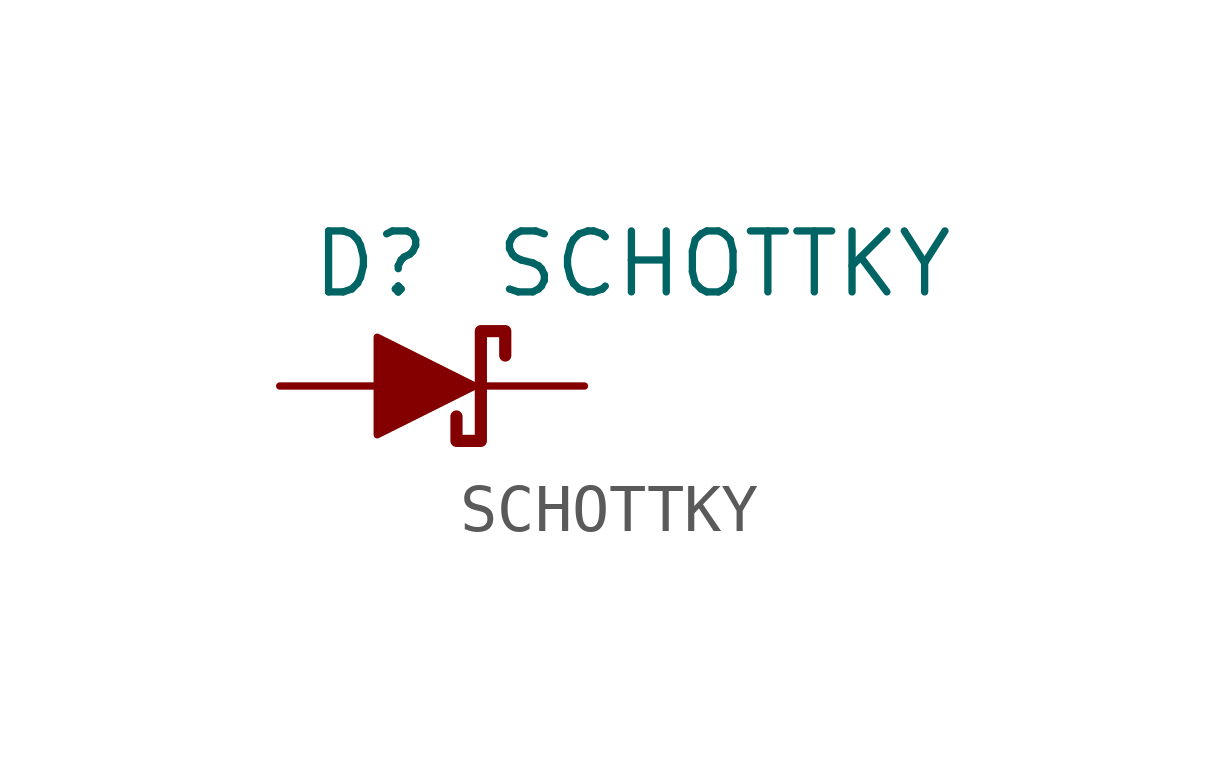
<source format=kicad_sym>
(kicad_symbol_lib
  (version 20211014)
  (generator kicad_symbol_editor)
  (symbol "SCHOTTKY"
    (pin_numbers hide)
    (pin_names
      (offset 1.016) hide)
    (property "Reference" "D"
      (at 3.175 2.54 0)
      (effects (font (size 1.27 1.27)) (justify right)))
    (property "Value" "SCHOTTKY"
      (at 4.445 2.54 0)
      (effects (font (size 1.27 1.27)) (justify left)))
    (symbol "SCHOTTKY_0_1"
      (polyline (pts (xy 2.032 -1.016) (xy 2.032 1.016) (xy 4.064 0) (xy 2.032 -1.016)) (stroke (width 0) (type default) (color 0 0 0 0)) (fill (type outline)))
      (polyline (pts (xy 4.699 0.635) (xy 4.699 1.143) (xy 4.191 1.143) (xy 4.191 -1.143) (xy 3.683 -1.143) (xy 3.683 -0.635)) (stroke (width 0.254) (type default) (color 0 0 0 0)) (fill (type none))))
    (symbol "SCHOTTKY_1_1"
      (pin passive line (at 0 0 0) (length 2.032) (name "~" (effects (font (size 1.27 1.27)))) (number "A" (effects (font (size 1.27 1.27)))))
      (pin passive line (at 6.35 0 180) (length 2.032) (name "~" (effects (font (size 1.27 1.27)))) (number "C" (effects (font (size 1.27 1.27))))))))
</source>
